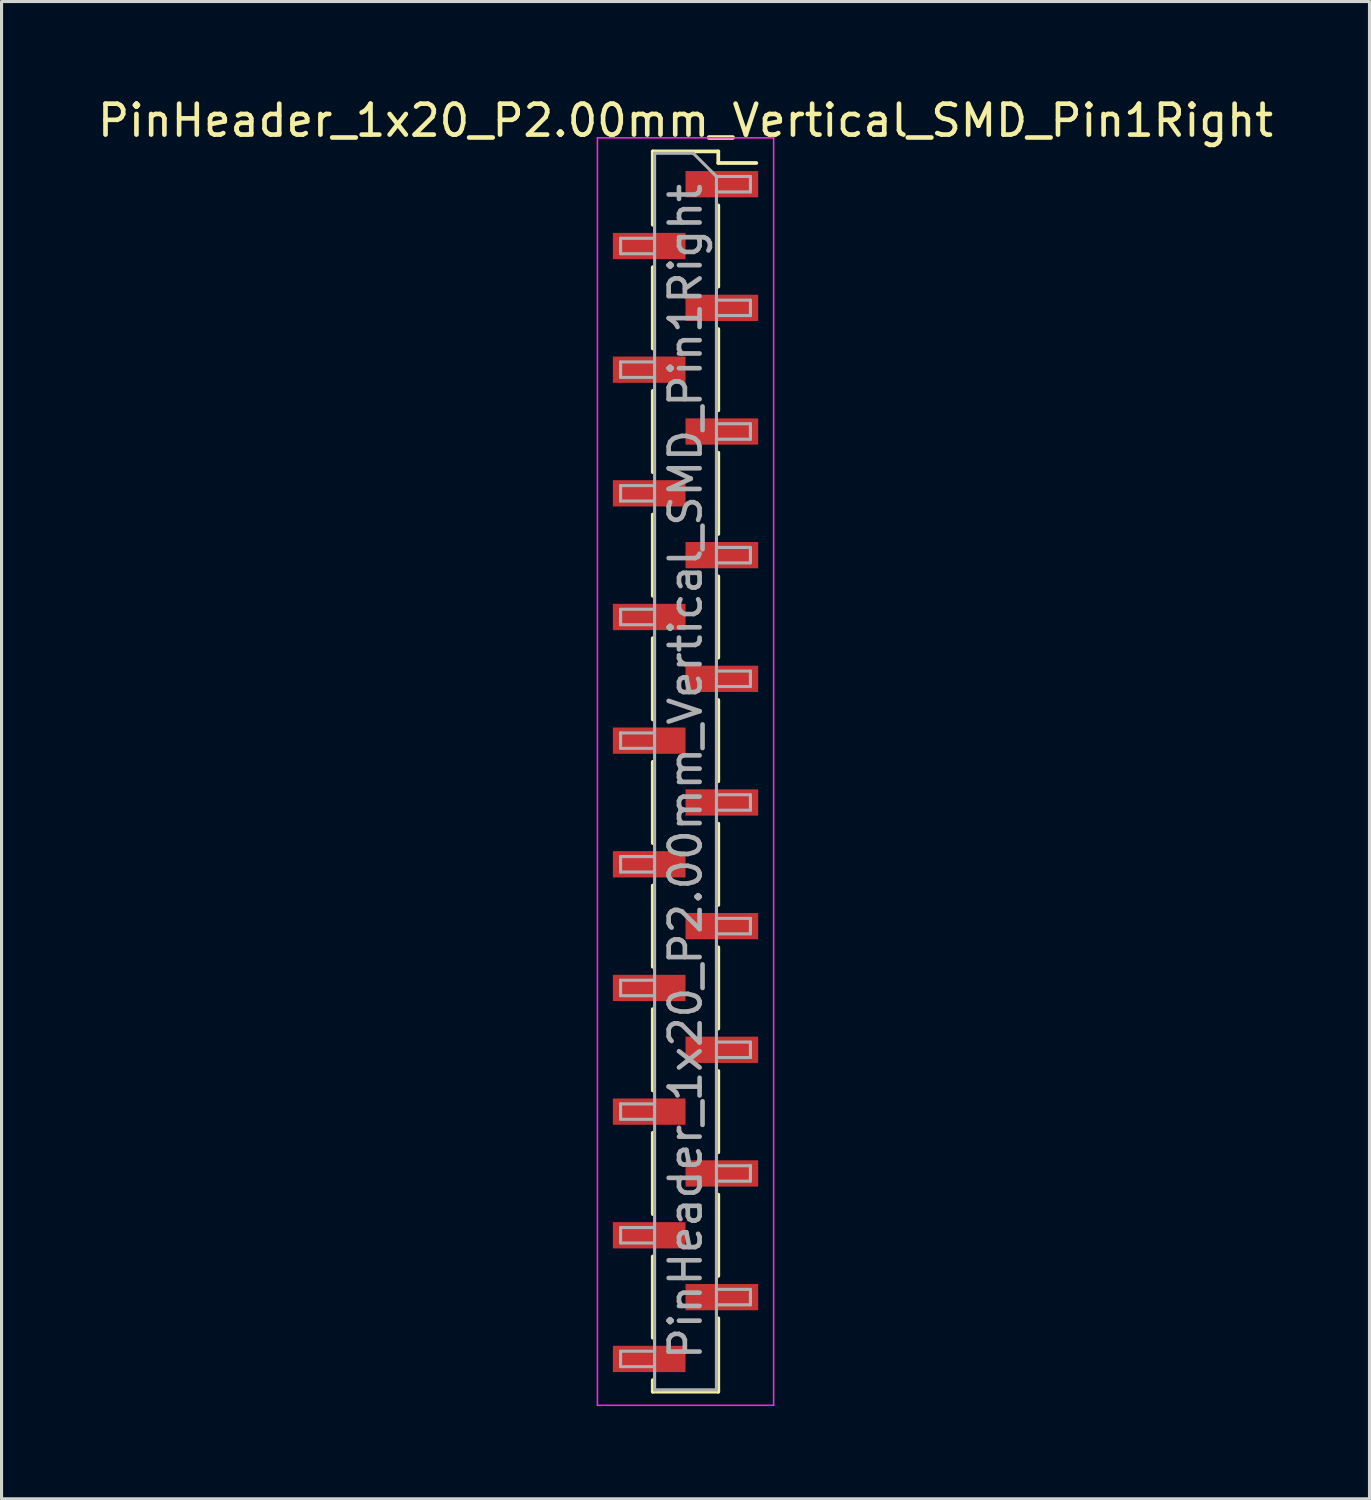
<source format=kicad_pcb>
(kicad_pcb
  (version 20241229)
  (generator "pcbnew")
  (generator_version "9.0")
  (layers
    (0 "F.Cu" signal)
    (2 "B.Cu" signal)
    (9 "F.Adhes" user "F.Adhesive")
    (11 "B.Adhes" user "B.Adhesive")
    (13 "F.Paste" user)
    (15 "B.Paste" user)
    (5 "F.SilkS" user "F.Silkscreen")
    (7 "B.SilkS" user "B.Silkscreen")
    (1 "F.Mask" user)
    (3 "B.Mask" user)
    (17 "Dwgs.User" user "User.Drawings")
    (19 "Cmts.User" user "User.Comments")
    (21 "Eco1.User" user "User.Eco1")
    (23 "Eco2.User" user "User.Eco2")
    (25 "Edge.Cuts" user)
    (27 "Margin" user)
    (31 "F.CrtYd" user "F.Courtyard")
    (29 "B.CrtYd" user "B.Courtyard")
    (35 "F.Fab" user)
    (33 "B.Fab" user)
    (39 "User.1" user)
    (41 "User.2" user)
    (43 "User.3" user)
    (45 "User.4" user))
  (footprint "PinHeader_1x20_P2.00mm_Vertical_SMD_Pin1Right"
    (layer "F.Cu")
    (at 19.125 21.908)
    (property "Reference" "PinHeader_1x20_P2.00mm_Vertical_SMD_Pin1Right" (at 0 -21.06 0) (layer "F.SilkS") (effects (font (size 1 1) (thickness 0.15))))
    (attr smd)
    (fp_line (start -1.06 -20.06) (end -1.06 -17.685) (stroke (width 0.12) (type solid)) (layer "F.SilkS"))
    (fp_line (start -1.06 -20.06) (end 1.06 -20.06) (stroke (width 0.12) (type solid)) (layer "F.SilkS"))
    (fp_line (start -1.06 -16.315) (end -1.06 -13.685) (stroke (width 0.12) (type solid)) (layer "F.SilkS"))
    (fp_line (start -1.06 -12.315) (end -1.06 -9.685) (stroke (width 0.12) (type solid)) (layer "F.SilkS"))
    (fp_line (start -1.06 -8.315) (end -1.06 -5.685) (stroke (width 0.12) (type solid)) (layer "F.SilkS"))
    (fp_line (start -1.06 -4.315) (end -1.06 -1.685) (stroke (width 0.12) (type solid)) (layer "F.SilkS"))
    (fp_line (start -1.06 -0.315) (end -1.06 2.315) (stroke (width 0.12) (type solid)) (layer "F.SilkS"))
    (fp_line (start -1.06 3.685) (end -1.06 6.315) (stroke (width 0.12) (type solid)) (layer "F.SilkS"))
    (fp_line (start -1.06 7.685) (end -1.06 10.315) (stroke (width 0.12) (type solid)) (layer "F.SilkS"))
    (fp_line (start -1.06 11.685) (end -1.06 14.315) (stroke (width 0.12) (type solid)) (layer "F.SilkS"))
    (fp_line (start -1.06 15.685) (end -1.06 18.315) (stroke (width 0.12) (type solid)) (layer "F.SilkS"))
    (fp_line (start -1.06 19.685) (end -1.06 20.06) (stroke (width 0.12) (type solid)) (layer "F.SilkS"))
    (fp_line (start -1.06 20.06) (end 1.06 20.06) (stroke (width 0.12) (type solid)) (layer "F.SilkS"))
    (fp_line (start 1.06 -20.06) (end 1.06 -19.685) (stroke (width 0.12) (type solid)) (layer "F.SilkS"))
    (fp_line (start 1.06 -19.685) (end 2.29 -19.685) (stroke (width 0.12) (type solid)) (layer "F.SilkS"))
    (fp_line (start 1.06 -18.315) (end 1.06 -15.685) (stroke (width 0.12) (type solid)) (layer "F.SilkS"))
    (fp_line (start 1.06 -14.315) (end 1.06 -11.685) (stroke (width 0.12) (type solid)) (layer "F.SilkS"))
    (fp_line (start 1.06 -10.315) (end 1.06 -7.685) (stroke (width 0.12) (type solid)) (layer "F.SilkS"))
    (fp_line (start 1.06 -6.315) (end 1.06 -3.685) (stroke (width 0.12) (type solid)) (layer "F.SilkS"))
    (fp_line (start 1.06 -2.315) (end 1.06 0.315) (stroke (width 0.12) (type solid)) (layer "F.SilkS"))
    (fp_line (start 1.06 1.685) (end 1.06 4.315) (stroke (width 0.12) (type solid)) (layer "F.SilkS"))
    (fp_line (start 1.06 5.685) (end 1.06 8.315) (stroke (width 0.12) (type solid)) (layer "F.SilkS"))
    (fp_line (start 1.06 9.685) (end 1.06 12.315) (stroke (width 0.12) (type solid)) (layer "F.SilkS"))
    (fp_line (start 1.06 13.685) (end 1.06 16.315) (stroke (width 0.12) (type solid)) (layer "F.SilkS"))
    (fp_line (start 1.06 17.685) (end 1.06 20.06) (stroke (width 0.12) (type solid)) (layer "F.SilkS"))
    (fp_line (start -2.85 -20.5) (end -2.85 20.5) (stroke (width 0.05) (type solid)) (layer "F.CrtYd"))
    (fp_line (start -2.85 20.5) (end 2.85 20.5) (stroke (width 0.05) (type solid)) (layer "F.CrtYd"))
    (fp_line (start 2.85 -20.5) (end -2.85 -20.5) (stroke (width 0.05) (type solid)) (layer "F.CrtYd"))
    (fp_line (start 2.85 20.5) (end 2.85 -20.5) (stroke (width 0.05) (type solid)) (layer "F.CrtYd"))
    (fp_line (start -2.1 -17.25) (end -2.1 -16.75) (stroke (width 0.1) (type solid)) (layer "F.Fab"))
    (fp_line (start -2.1 -16.75) (end -1 -16.75) (stroke (width 0.1) (type solid)) (layer "F.Fab"))
    (fp_line (start -2.1 -13.25) (end -2.1 -12.75) (stroke (width 0.1) (type solid)) (layer "F.Fab"))
    (fp_line (start -2.1 -12.75) (end -1 -12.75) (stroke (width 0.1) (type solid)) (layer "F.Fab"))
    (fp_line (start -2.1 -9.25) (end -2.1 -8.75) (stroke (width 0.1) (type solid)) (layer "F.Fab"))
    (fp_line (start -2.1 -8.75) (end -1 -8.75) (stroke (width 0.1) (type solid)) (layer "F.Fab"))
    (fp_line (start -2.1 -5.25) (end -2.1 -4.75) (stroke (width 0.1) (type solid)) (layer "F.Fab"))
    (fp_line (start -2.1 -4.75) (end -1 -4.75) (stroke (width 0.1) (type solid)) (layer "F.Fab"))
    (fp_line (start -2.1 -1.25) (end -2.1 -0.75) (stroke (width 0.1) (type solid)) (layer "F.Fab"))
    (fp_line (start -2.1 -0.75) (end -1 -0.75) (stroke (width 0.1) (type solid)) (layer "F.Fab"))
    (fp_line (start -2.1 2.75) (end -2.1 3.25) (stroke (width 0.1) (type solid)) (layer "F.Fab"))
    (fp_line (start -2.1 3.25) (end -1 3.25) (stroke (width 0.1) (type solid)) (layer "F.Fab"))
    (fp_line (start -2.1 6.75) (end -2.1 7.25) (stroke (width 0.1) (type solid)) (layer "F.Fab"))
    (fp_line (start -2.1 7.25) (end -1 7.25) (stroke (width 0.1) (type solid)) (layer "F.Fab"))
    (fp_line (start -2.1 10.75) (end -2.1 11.25) (stroke (width 0.1) (type solid)) (layer "F.Fab"))
    (fp_line (start -2.1 11.25) (end -1 11.25) (stroke (width 0.1) (type solid)) (layer "F.Fab"))
    (fp_line (start -2.1 14.75) (end -2.1 15.25) (stroke (width 0.1) (type solid)) (layer "F.Fab"))
    (fp_line (start -2.1 15.25) (end -1 15.25) (stroke (width 0.1) (type solid)) (layer "F.Fab"))
    (fp_line (start -2.1 18.75) (end -2.1 19.25) (stroke (width 0.1) (type solid)) (layer "F.Fab"))
    (fp_line (start -2.1 19.25) (end -1 19.25) (stroke (width 0.1) (type solid)) (layer "F.Fab"))
    (fp_line (start -1 -20) (end -1 20) (stroke (width 0.1) (type solid)) (layer "F.Fab"))
    (fp_line (start -1 -20) (end 0.25 -20) (stroke (width 0.1) (type solid)) (layer "F.Fab"))
    (fp_line (start -1 -17.25) (end -2.1 -17.25) (stroke (width 0.1) (type solid)) (layer "F.Fab"))
    (fp_line (start -1 -13.25) (end -2.1 -13.25) (stroke (width 0.1) (type solid)) (layer "F.Fab"))
    (fp_line (start -1 -9.25) (end -2.1 -9.25) (stroke (width 0.1) (type solid)) (layer "F.Fab"))
    (fp_line (start -1 -5.25) (end -2.1 -5.25) (stroke (width 0.1) (type solid)) (layer "F.Fab"))
    (fp_line (start -1 -1.25) (end -2.1 -1.25) (stroke (width 0.1) (type solid)) (layer "F.Fab"))
    (fp_line (start -1 2.75) (end -2.1 2.75) (stroke (width 0.1) (type solid)) (layer "F.Fab"))
    (fp_line (start -1 6.75) (end -2.1 6.75) (stroke (width 0.1) (type solid)) (layer "F.Fab"))
    (fp_line (start -1 10.75) (end -2.1 10.75) (stroke (width 0.1) (type solid)) (layer "F.Fab"))
    (fp_line (start -1 14.75) (end -2.1 14.75) (stroke (width 0.1) (type solid)) (layer "F.Fab"))
    (fp_line (start -1 18.75) (end -2.1 18.75) (stroke (width 0.1) (type solid)) (layer "F.Fab"))
    (fp_line (start 1 -19.25) (end 0.25 -20) (stroke (width 0.1) (type solid)) (layer "F.Fab"))
    (fp_line (start 1 -19.25) (end 2.1 -19.25) (stroke (width 0.1) (type solid)) (layer "F.Fab"))
    (fp_line (start 1 -15.25) (end 2.1 -15.25) (stroke (width 0.1) (type solid)) (layer "F.Fab"))
    (fp_line (start 1 -11.25) (end 2.1 -11.25) (stroke (width 0.1) (type solid)) (layer "F.Fab"))
    (fp_line (start 1 -7.25) (end 2.1 -7.25) (stroke (width 0.1) (type solid)) (layer "F.Fab"))
    (fp_line (start 1 -3.25) (end 2.1 -3.25) (stroke (width 0.1) (type solid)) (layer "F.Fab"))
    (fp_line (start 1 0.75) (end 2.1 0.75) (stroke (width 0.1) (type solid)) (layer "F.Fab"))
    (fp_line (start 1 4.75) (end 2.1 4.75) (stroke (width 0.1) (type solid)) (layer "F.Fab"))
    (fp_line (start 1 8.75) (end 2.1 8.75) (stroke (width 0.1) (type solid)) (layer "F.Fab"))
    (fp_line (start 1 12.75) (end 2.1 12.75) (stroke (width 0.1) (type solid)) (layer "F.Fab"))
    (fp_line (start 1 16.75) (end 2.1 16.75) (stroke (width 0.1) (type solid)) (layer "F.Fab"))
    (fp_line (start 1 20) (end -1 20) (stroke (width 0.1) (type solid)) (layer "F.Fab"))
    (fp_line (start 1 20) (end 1 -19.25) (stroke (width 0.1) (type solid)) (layer "F.Fab"))
    (fp_line (start 2.1 -19.25) (end 2.1 -18.75) (stroke (width 0.1) (type solid)) (layer "F.Fab"))
    (fp_line (start 2.1 -18.75) (end 1 -18.75) (stroke (width 0.1) (type solid)) (layer "F.Fab"))
    (fp_line (start 2.1 -15.25) (end 2.1 -14.75) (stroke (width 0.1) (type solid)) (layer "F.Fab"))
    (fp_line (start 2.1 -14.75) (end 1 -14.75) (stroke (width 0.1) (type solid)) (layer "F.Fab"))
    (fp_line (start 2.1 -11.25) (end 2.1 -10.75) (stroke (width 0.1) (type solid)) (layer "F.Fab"))
    (fp_line (start 2.1 -10.75) (end 1 -10.75) (stroke (width 0.1) (type solid)) (layer "F.Fab"))
    (fp_line (start 2.1 -7.25) (end 2.1 -6.75) (stroke (width 0.1) (type solid)) (layer "F.Fab"))
    (fp_line (start 2.1 -6.75) (end 1 -6.75) (stroke (width 0.1) (type solid)) (layer "F.Fab"))
    (fp_line (start 2.1 -3.25) (end 2.1 -2.75) (stroke (width 0.1) (type solid)) (layer "F.Fab"))
    (fp_line (start 2.1 -2.75) (end 1 -2.75) (stroke (width 0.1) (type solid)) (layer "F.Fab"))
    (fp_line (start 2.1 0.75) (end 2.1 1.25) (stroke (width 0.1) (type solid)) (layer "F.Fab"))
    (fp_line (start 2.1 1.25) (end 1 1.25) (stroke (width 0.1) (type solid)) (layer "F.Fab"))
    (fp_line (start 2.1 4.75) (end 2.1 5.25) (stroke (width 0.1) (type solid)) (layer "F.Fab"))
    (fp_line (start 2.1 5.25) (end 1 5.25) (stroke (width 0.1) (type solid)) (layer "F.Fab"))
    (fp_line (start 2.1 8.75) (end 2.1 9.25) (stroke (width 0.1) (type solid)) (layer "F.Fab"))
    (fp_line (start 2.1 9.25) (end 1 9.25) (stroke (width 0.1) (type solid)) (layer "F.Fab"))
    (fp_line (start 2.1 12.75) (end 2.1 13.25) (stroke (width 0.1) (type solid)) (layer "F.Fab"))
    (fp_line (start 2.1 13.25) (end 1 13.25) (stroke (width 0.1) (type solid)) (layer "F.Fab"))
    (fp_line (start 2.1 16.75) (end 2.1 17.25) (stroke (width 0.1) (type solid)) (layer "F.Fab"))
    (fp_line (start 2.1 17.25) (end 1 17.25) (stroke (width 0.1) (type solid)) (layer "F.Fab"))
    (fp_text user "${REFERENCE}" (at 0 0 90) (layer "F.Fab") (effects (font (size 1 1) (thickness 0.15))))
    (pad "1" smd rect (at 1.175 -19) (size 2.35 0.85) (layers "F.Cu" "F.Mask" "F.Paste"))
    (pad "2" smd rect (at -1.175 -17) (size 2.35 0.85) (layers "F.Cu" "F.Mask" "F.Paste"))
    (pad "3" smd rect (at 1.175 -15) (size 2.35 0.85) (layers "F.Cu" "F.Mask" "F.Paste"))
    (pad "4" smd rect (at -1.175 -13) (size 2.35 0.85) (layers "F.Cu" "F.Mask" "F.Paste"))
    (pad "5" smd rect (at 1.175 -11) (size 2.35 0.85) (layers "F.Cu" "F.Mask" "F.Paste"))
    (pad "6" smd rect (at -1.175 -9) (size 2.35 0.85) (layers "F.Cu" "F.Mask" "F.Paste"))
    (pad "7" smd rect (at 1.175 -7) (size 2.35 0.85) (layers "F.Cu" "F.Mask" "F.Paste"))
    (pad "8" smd rect (at -1.175 -5) (size 2.35 0.85) (layers "F.Cu" "F.Mask" "F.Paste"))
    (pad "9" smd rect (at 1.175 -3) (size 2.35 0.85) (layers "F.Cu" "F.Mask" "F.Paste"))
    (pad "10" smd rect (at -1.175 -1) (size 2.35 0.85) (layers "F.Cu" "F.Mask" "F.Paste"))
    (pad "11" smd rect (at 1.175 1) (size 2.35 0.85) (layers "F.Cu" "F.Mask" "F.Paste"))
    (pad "12" smd rect (at -1.175 3) (size 2.35 0.85) (layers "F.Cu" "F.Mask" "F.Paste"))
    (pad "13" smd rect (at 1.175 5) (size 2.35 0.85) (layers "F.Cu" "F.Mask" "F.Paste"))
    (pad "14" smd rect (at -1.175 7) (size 2.35 0.85) (layers "F.Cu" "F.Mask" "F.Paste"))
    (pad "15" smd rect (at 1.175 9) (size 2.35 0.85) (layers "F.Cu" "F.Mask" "F.Paste"))
    (pad "16" smd rect (at -1.175 11) (size 2.35 0.85) (layers "F.Cu" "F.Mask" "F.Paste"))
    (pad "17" smd rect (at 1.175 13) (size 2.35 0.85) (layers "F.Cu" "F.Mask" "F.Paste"))
    (pad "18" smd rect (at -1.175 15) (size 2.35 0.85) (layers "F.Cu" "F.Mask" "F.Paste"))
    (pad "19" smd rect (at 1.175 17) (size 2.35 0.85) (layers "F.Cu" "F.Mask" "F.Paste"))
    (pad "20" smd rect (at -1.175 19) (size 2.35 0.85) (layers "F.Cu" "F.Mask" "F.Paste")))
  (gr_rect
    (start -3 -3)
    (end 41.25 45.433)
    (stroke (width 0.1) (type default))
    (fill no)
    (layer "Edge.Cuts")))
</source>
